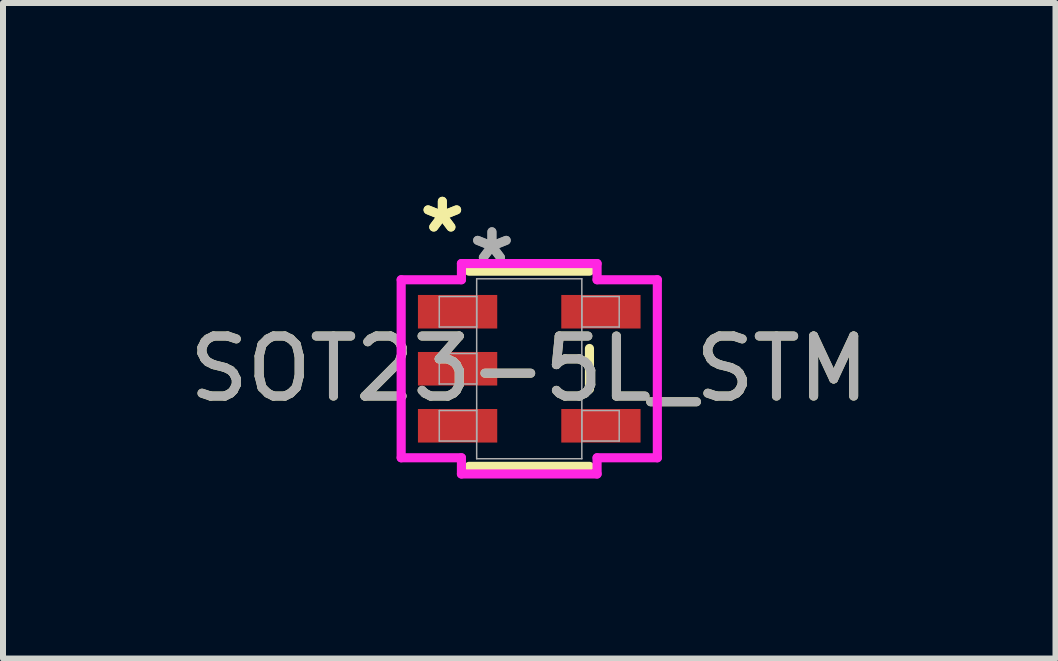
<source format=kicad_pcb>
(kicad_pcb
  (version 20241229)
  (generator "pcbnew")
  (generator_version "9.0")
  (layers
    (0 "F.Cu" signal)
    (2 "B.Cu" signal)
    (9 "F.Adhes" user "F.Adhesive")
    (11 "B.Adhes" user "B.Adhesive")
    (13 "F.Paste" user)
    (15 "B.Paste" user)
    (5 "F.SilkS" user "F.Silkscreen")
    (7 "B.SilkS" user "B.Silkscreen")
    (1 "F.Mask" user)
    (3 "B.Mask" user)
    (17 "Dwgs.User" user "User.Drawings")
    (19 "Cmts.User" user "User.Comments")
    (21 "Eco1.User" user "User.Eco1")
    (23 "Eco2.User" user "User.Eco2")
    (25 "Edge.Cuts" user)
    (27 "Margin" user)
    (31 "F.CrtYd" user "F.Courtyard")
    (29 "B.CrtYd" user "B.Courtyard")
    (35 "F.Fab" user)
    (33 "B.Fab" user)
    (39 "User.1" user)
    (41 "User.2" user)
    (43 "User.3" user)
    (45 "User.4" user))
  (footprint "SOT23-5L_STM"
    (layer "F.Cu")
    (at 5.768 3.094)
    (property "Reference" "SOT23-5L_STM" (at 0 0 0) (unlocked yes) (layer "F.SilkS") (effects (font (size 1 1) (thickness 0.15))))
    (attr smd)
    (fp_line (start -1.003 1.626) (end 1.003 1.626) (stroke (width 0.152) (type solid)) (layer "F.SilkS"))
    (fp_line (start 1.003 -1.626) (end -1.003 -1.626) (stroke (width 0.152) (type solid)) (layer "F.SilkS"))
    (fp_line (start 1.003 0.338) (end 1.003 -0.338) (stroke (width 0.152) (type solid)) (layer "F.SilkS"))
    (fp_line (start -2.134 -1.483) (end -1.13 -1.483) (stroke (width 0.152) (type solid)) (layer "F.CrtYd"))
    (fp_line (start -2.134 1.483) (end -2.134 -1.483) (stroke (width 0.152) (type solid)) (layer "F.CrtYd"))
    (fp_line (start -1.13 -1.753) (end 1.13 -1.753) (stroke (width 0.152) (type solid)) (layer "F.CrtYd"))
    (fp_line (start -1.13 -1.483) (end -1.13 -1.753) (stroke (width 0.152) (type solid)) (layer "F.CrtYd"))
    (fp_line (start -1.13 1.483) (end -2.134 1.483) (stroke (width 0.152) (type solid)) (layer "F.CrtYd"))
    (fp_line (start -1.13 1.753) (end -1.13 1.483) (stroke (width 0.152) (type solid)) (layer "F.CrtYd"))
    (fp_line (start 1.13 -1.753) (end 1.13 -1.483) (stroke (width 0.152) (type solid)) (layer "F.CrtYd"))
    (fp_line (start 1.13 -1.483) (end 2.134 -1.483) (stroke (width 0.152) (type solid)) (layer "F.CrtYd"))
    (fp_line (start 1.13 1.483) (end 1.13 1.753) (stroke (width 0.152) (type solid)) (layer "F.CrtYd"))
    (fp_line (start 1.13 1.753) (end -1.13 1.753) (stroke (width 0.152) (type solid)) (layer "F.CrtYd"))
    (fp_line (start 2.134 -1.483) (end 2.134 1.483) (stroke (width 0.152) (type solid)) (layer "F.CrtYd"))
    (fp_line (start 2.134 1.483) (end 1.13 1.483) (stroke (width 0.152) (type solid)) (layer "F.CrtYd"))
    (fp_line (start -1.499 -1.204) (end -1.499 -0.696) (stroke (width 0.025) (type solid)) (layer "F.Fab"))
    (fp_line (start -1.499 -0.696) (end -0.876 -0.696) (stroke (width 0.025) (type solid)) (layer "F.Fab"))
    (fp_line (start -1.499 -0.254) (end -1.499 0.254) (stroke (width 0.025) (type solid)) (layer "F.Fab"))
    (fp_line (start -1.499 0.254) (end -0.876 0.254) (stroke (width 0.025) (type solid)) (layer "F.Fab"))
    (fp_line (start -1.499 0.696) (end -1.499 1.204) (stroke (width 0.025) (type solid)) (layer "F.Fab"))
    (fp_line (start -1.499 1.204) (end -0.876 1.204) (stroke (width 0.025) (type solid)) (layer "F.Fab"))
    (fp_line (start -0.876 -1.499) (end -0.876 1.499) (stroke (width 0.025) (type solid)) (layer "F.Fab"))
    (fp_line (start -0.876 -1.204) (end -1.499 -1.204) (stroke (width 0.025) (type solid)) (layer "F.Fab"))
    (fp_line (start -0.876 -0.696) (end -0.876 -1.204) (stroke (width 0.025) (type solid)) (layer "F.Fab"))
    (fp_line (start -0.876 -0.254) (end -1.499 -0.254) (stroke (width 0.025) (type solid)) (layer "F.Fab"))
    (fp_line (start -0.876 0.254) (end -0.876 -0.254) (stroke (width 0.025) (type solid)) (layer "F.Fab"))
    (fp_line (start -0.876 0.696) (end -1.499 0.696) (stroke (width 0.025) (type solid)) (layer "F.Fab"))
    (fp_line (start -0.876 1.204) (end -0.876 0.696) (stroke (width 0.025) (type solid)) (layer "F.Fab"))
    (fp_line (start -0.876 1.499) (end 0.876 1.499) (stroke (width 0.025) (type solid)) (layer "F.Fab"))
    (fp_line (start 0.876 -1.499) (end -0.876 -1.499) (stroke (width 0.025) (type solid)) (layer "F.Fab"))
    (fp_line (start 0.876 -1.204) (end 0.876 -0.696) (stroke (width 0.025) (type solid)) (layer "F.Fab"))
    (fp_line (start 0.876 -0.696) (end 1.499 -0.696) (stroke (width 0.025) (type solid)) (layer "F.Fab"))
    (fp_line (start 0.876 0.696) (end 0.876 1.204) (stroke (width 0.025) (type solid)) (layer "F.Fab"))
    (fp_line (start 0.876 1.204) (end 1.499 1.204) (stroke (width 0.025) (type solid)) (layer "F.Fab"))
    (fp_line (start 0.876 1.499) (end 0.876 -1.499) (stroke (width 0.025) (type solid)) (layer "F.Fab"))
    (fp_line (start 1.499 -1.204) (end 0.876 -1.204) (stroke (width 0.025) (type solid)) (layer "F.Fab"))
    (fp_line (start 1.499 -0.696) (end 1.499 -1.204) (stroke (width 0.025) (type solid)) (layer "F.Fab"))
    (fp_line (start 1.499 0.696) (end 0.876 0.696) (stroke (width 0.025) (type solid)) (layer "F.Fab"))
    (fp_line (start 1.499 1.204) (end 1.499 0.696) (stroke (width 0.025) (type solid)) (layer "F.Fab"))
    (fp_text user "*" (at -1.448 -2.245 0) (layer "F.SilkS") (effects (font (size 1 1) (thickness 0.15))))
    (fp_text user "*" (at -1.448 -2.245 0) (unlocked yes) (layer "F.SilkS") (effects (font (size 1 1) (thickness 0.15))))
    (fp_text user "${REFERENCE}" (at 0 0 0) (unlocked yes) (layer "F.Fab") (effects (font (size 1 1) (thickness 0.15))))
    (fp_text user "*" (at -0.622 -1.737 0) (unlocked yes) (layer "F.Fab") (effects (font (size 1 1) (thickness 0.15))))
    (fp_text user "*" (at -0.622 -1.737 0) (layer "F.Fab") (effects (font (size 1 1) (thickness 0.15))))
    (pad "1" smd rect (at -1.194 -0.95) (size 1.321 0.559) (layers "F.Cu" "F.Mask" "F.Paste"))
    (pad "2" smd rect (at -1.194 0) (size 1.321 0.559) (layers "F.Cu" "F.Mask" "F.Paste"))
    (pad "3" smd rect (at -1.194 0.95) (size 1.321 0.559) (layers "F.Cu" "F.Mask" "F.Paste"))
    (pad "4" smd rect (at 1.194 0.95) (size 1.321 0.559) (layers "F.Cu" "F.Mask" "F.Paste"))
    (pad "5" smd rect (at 1.194 -0.95) (size 1.321 0.559) (layers "F.Cu" "F.Mask" "F.Paste")))
  (gr_rect
    (start -3 -3)
    (end 14.536 7.922)
    (stroke (width 0.1) (type default))
    (fill no)
    (layer "Edge.Cuts")))
</source>
